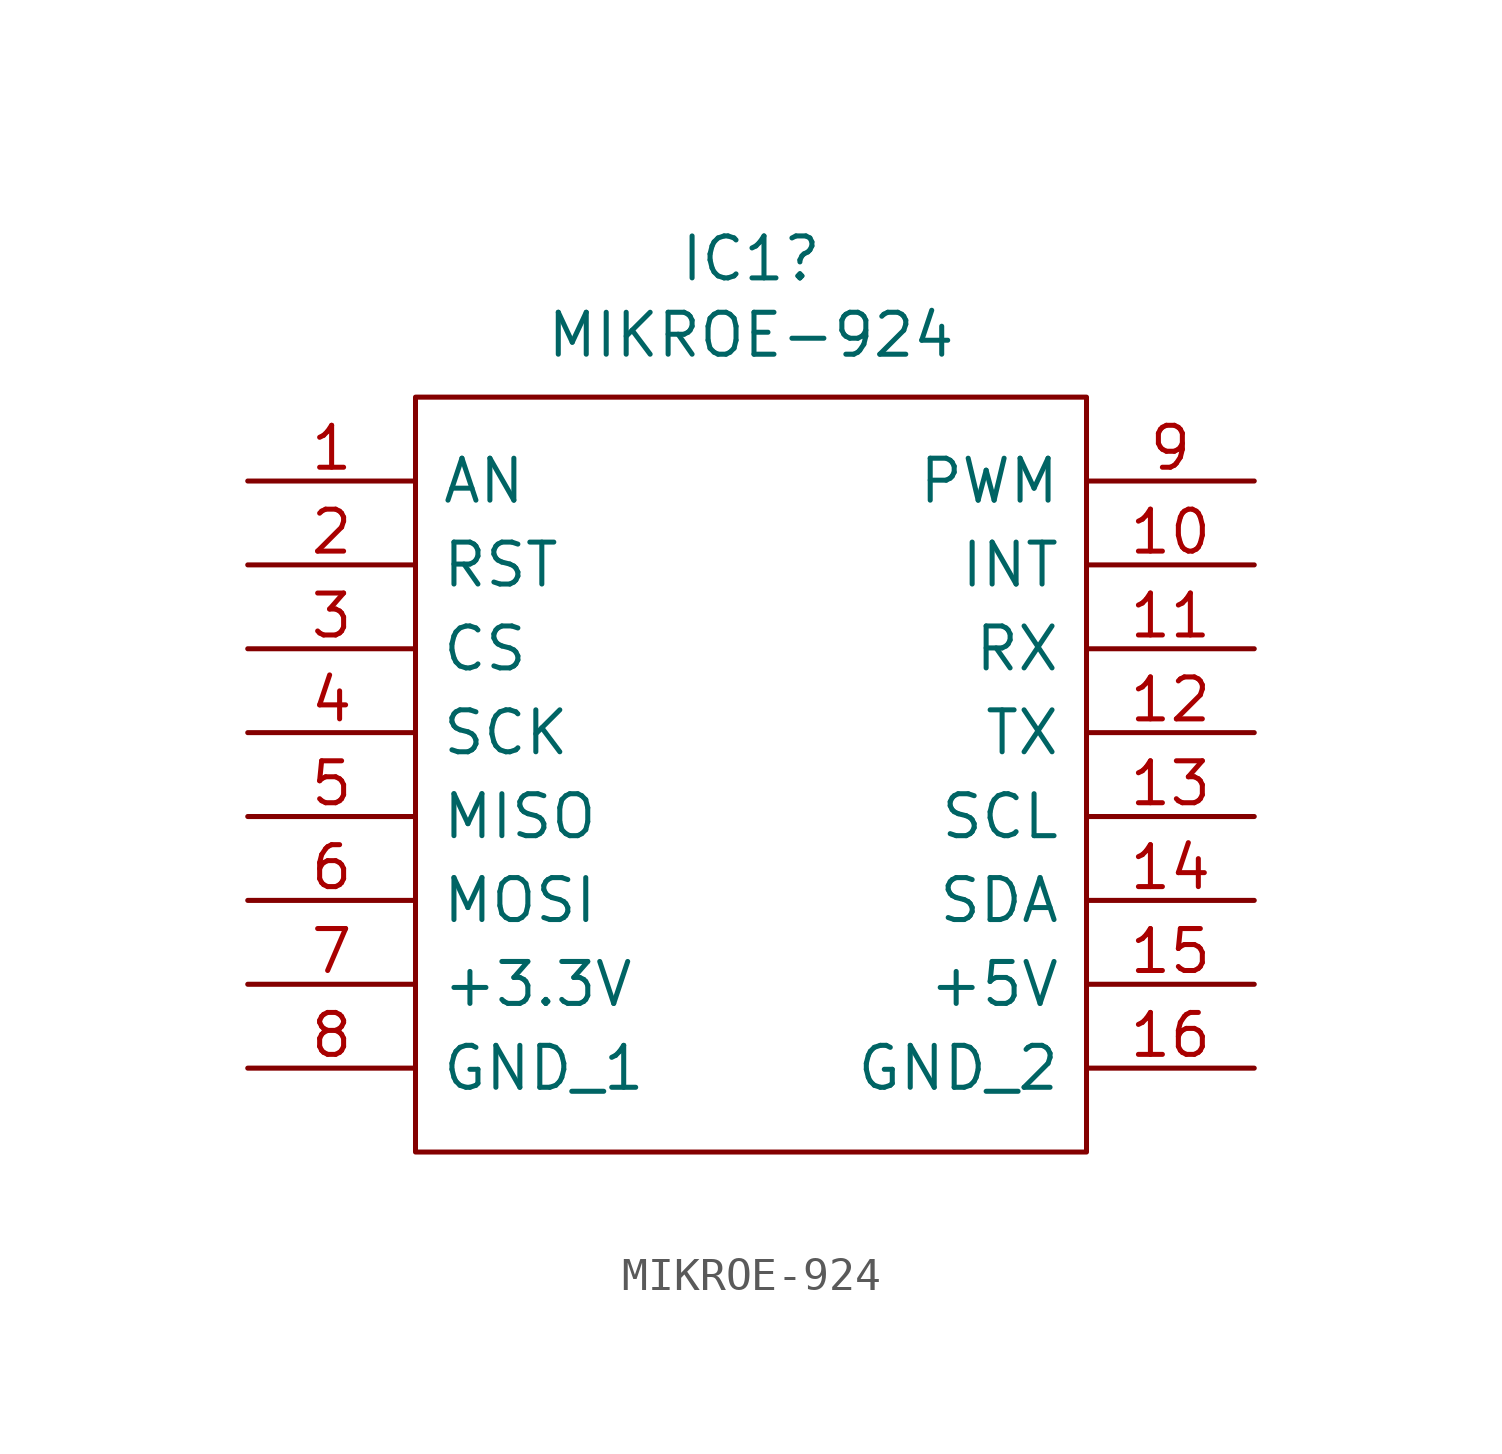
<source format=kicad_sym>
(kicad_symbol_lib
  (version 20231120)
  (generator "kicad_symbol_editor")
  (generator_version "8.0")
  (symbol "MIKROE-924"
    (pin_names
      (offset 0.762))
    (property "Reference" "IC1"
      (at 15.24 6.731 0)
      (effects (font (size 1.27 1.27))))
    (property "Value" "MIKROE-924"
      (at 15.24 4.42 0)
      (effects (font (size 1.27 1.27))))
    (symbol "MIKROE-924_0_0"
      (pin input line (at 0 0 0) (length 5.08) (name "AN" (effects (font (size 1.27 1.27)))) (number "1" (effects (font (size 1.27 1.27)))))
      (pin bidirectional line (at 30.48 -2.54 180) (length 5.08) (name "INT" (effects (font (size 1.27 1.27)))) (number "10" (effects (font (size 1.27 1.27)))))
      (pin input line (at 30.48 -5.08 180) (length 5.08) (name "RX" (effects (font (size 1.27 1.27)))) (number "11" (effects (font (size 1.27 1.27)))))
      (pin output line (at 30.48 -7.62 180) (length 5.08) (name "TX" (effects (font (size 1.27 1.27)))) (number "12" (effects (font (size 1.27 1.27)))))
      (pin input line (at 30.48 -10.16 180) (length 5.08) (name "SCL" (effects (font (size 1.27 1.27)))) (number "13" (effects (font (size 1.27 1.27)))))
      (pin bidirectional line (at 30.48 -12.7 180) (length 5.08) (name "SDA" (effects (font (size 1.27 1.27)))) (number "14" (effects (font (size 1.27 1.27)))))
      (pin power_in line (at 30.48 -15.24 180) (length 5.08) (name "+5V" (effects (font (size 1.27 1.27)))) (number "15" (effects (font (size 1.27 1.27)))))
      (pin power_in line (at 30.48 -17.78 180) (length 5.08) (name "GND_2" (effects (font (size 1.27 1.27)))) (number "16" (effects (font (size 1.27 1.27)))))
      (pin input line (at 0 -2.54 0) (length 5.08) (name "RST" (effects (font (size 1.27 1.27)))) (number "2" (effects (font (size 1.27 1.27)))))
      (pin input line (at 0 -5.08 0) (length 5.08) (name "CS" (effects (font (size 1.27 1.27)))) (number "3" (effects (font (size 1.27 1.27)))))
      (pin bidirectional line (at 0 -7.62 0) (length 5.08) (name "SCK" (effects (font (size 1.27 1.27)))) (number "4" (effects (font (size 1.27 1.27)))))
      (pin bidirectional line (at 0 -10.16 0) (length 5.08) (name "MISO" (effects (font (size 1.27 1.27)))) (number "5" (effects (font (size 1.27 1.27)))))
      (pin bidirectional line (at 0 -12.7 0) (length 5.08) (name "MOSI" (effects (font (size 1.27 1.27)))) (number "6" (effects (font (size 1.27 1.27)))))
      (pin power_in line (at 0 -15.24 0) (length 5.08) (name "+3.3V" (effects (font (size 1.27 1.27)))) (number "7" (effects (font (size 1.27 1.27)))))
      (pin power_in line (at 0 -17.78 0) (length 5.08) (name "GND_1" (effects (font (size 1.27 1.27)))) (number "8" (effects (font (size 1.27 1.27)))))
      (pin output line (at 30.48 0 180) (length 5.08) (name "PWM" (effects (font (size 1.27 1.27)))) (number "9" (effects (font (size 1.27 1.27))))))
    (symbol "MIKROE-924_0_1"
      (polyline (pts (xy 5.08 2.54) (xy 25.4 2.54) (xy 25.4 -20.32) (xy 5.08 -20.32) (xy 5.08 2.54)) (stroke (width 0.152) (type solid)) (fill (type none))))))
</source>
